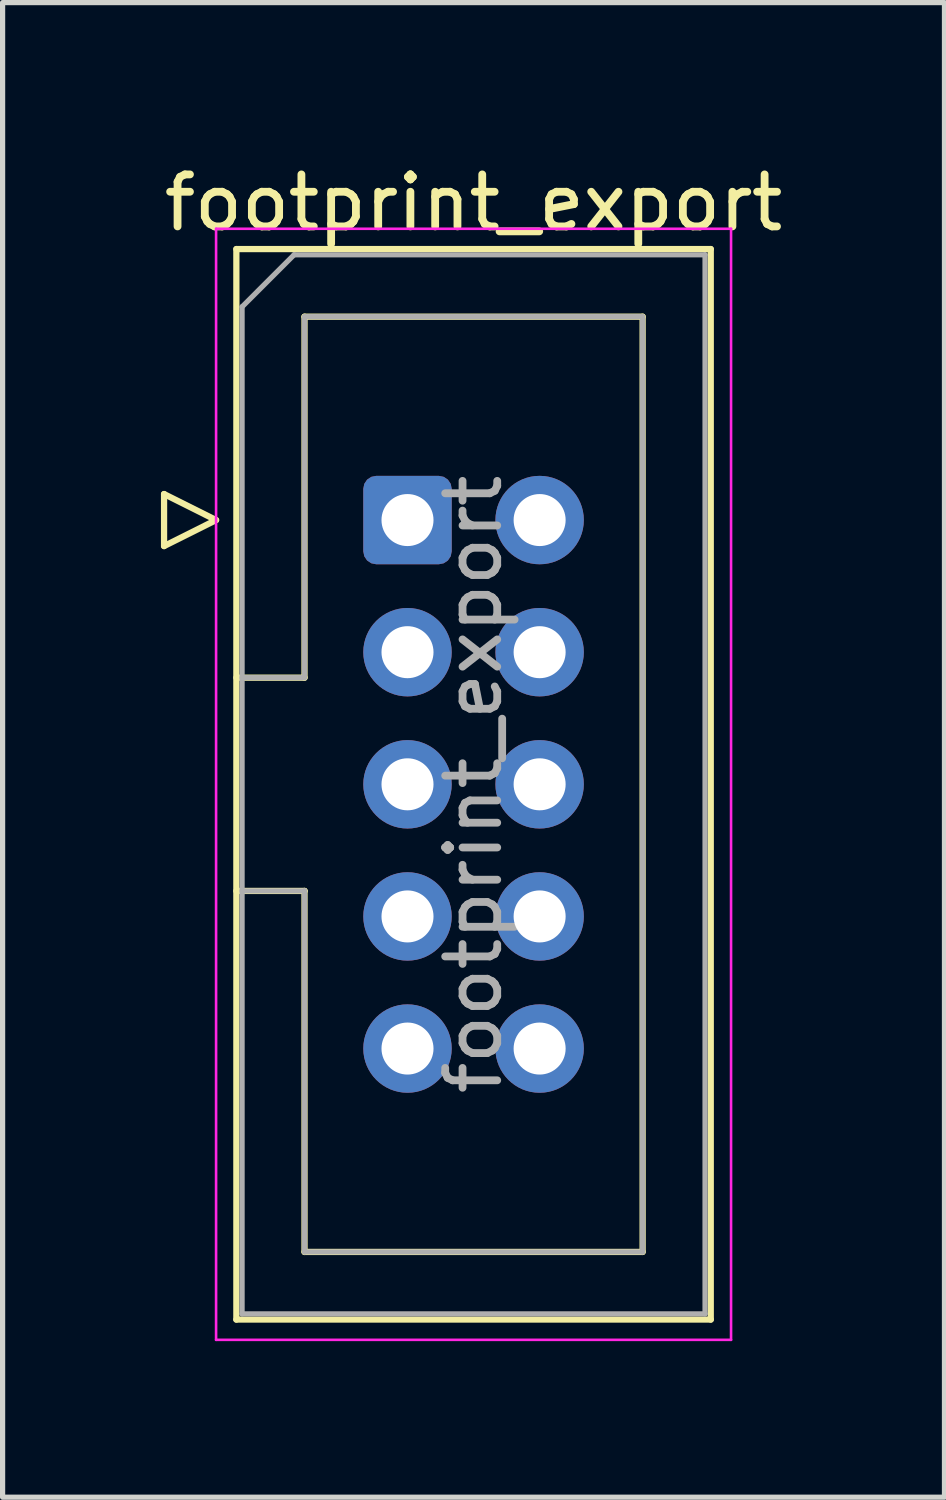
<source format=kicad_pcb>
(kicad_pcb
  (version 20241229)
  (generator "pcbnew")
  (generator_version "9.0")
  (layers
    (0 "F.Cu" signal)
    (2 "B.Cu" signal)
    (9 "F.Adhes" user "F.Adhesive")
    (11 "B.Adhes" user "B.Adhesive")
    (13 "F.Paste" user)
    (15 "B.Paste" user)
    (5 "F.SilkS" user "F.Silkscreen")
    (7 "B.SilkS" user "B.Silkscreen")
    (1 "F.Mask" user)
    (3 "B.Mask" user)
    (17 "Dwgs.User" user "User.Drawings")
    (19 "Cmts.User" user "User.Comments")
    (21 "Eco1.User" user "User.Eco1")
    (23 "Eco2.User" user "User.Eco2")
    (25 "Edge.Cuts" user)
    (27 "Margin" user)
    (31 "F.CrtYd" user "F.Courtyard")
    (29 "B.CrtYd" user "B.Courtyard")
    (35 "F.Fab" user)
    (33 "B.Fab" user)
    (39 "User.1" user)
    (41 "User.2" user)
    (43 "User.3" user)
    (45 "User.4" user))
  (footprint "footprint_export"
    (layer "F.Cu")
    (at 4.784 6.948)
    (property "Reference" "footprint_export" (at 1.27 -6.1 0) (layer "F.SilkS") (effects (font (size 1 1) (thickness 0.15))))
    (attr through_hole)
    (fp_line (start -4.68 -0.5) (end -4.68 0.5) (stroke (width 0.12) (type solid)) (layer "F.SilkS"))
    (fp_line (start -4.68 0.5) (end -3.68 0) (stroke (width 0.12) (type solid)) (layer "F.SilkS"))
    (fp_line (start -3.68 0) (end -4.68 -0.5) (stroke (width 0.12) (type solid)) (layer "F.SilkS"))
    (fp_line (start -3.29 -5.21) (end 5.83 -5.21) (stroke (width 0.12) (type solid)) (layer "F.SilkS"))
    (fp_line (start -3.29 3.03) (end -1.98 3.03) (stroke (width 0.12) (type solid)) (layer "F.SilkS"))
    (fp_line (start -3.29 15.37) (end -3.29 -5.21) (stroke (width 0.12) (type solid)) (layer "F.SilkS"))
    (fp_line (start -1.98 -3.91) (end 4.52 -3.91) (stroke (width 0.12) (type solid)) (layer "F.SilkS"))
    (fp_line (start -1.98 3.03) (end -1.98 -3.91) (stroke (width 0.12) (type solid)) (layer "F.SilkS"))
    (fp_line (start -1.98 7.13) (end -3.29 7.13) (stroke (width 0.12) (type solid)) (layer "F.SilkS"))
    (fp_line (start -1.98 7.13) (end -1.98 7.13) (stroke (width 0.12) (type solid)) (layer "F.SilkS"))
    (fp_line (start -1.98 14.07) (end -1.98 7.13) (stroke (width 0.12) (type solid)) (layer "F.SilkS"))
    (fp_line (start 4.52 -3.91) (end 4.52 14.07) (stroke (width 0.12) (type solid)) (layer "F.SilkS"))
    (fp_line (start 4.52 14.07) (end -1.98 14.07) (stroke (width 0.12) (type solid)) (layer "F.SilkS"))
    (fp_line (start 5.83 -5.21) (end 5.83 15.37) (stroke (width 0.12) (type solid)) (layer "F.SilkS"))
    (fp_line (start 5.83 15.37) (end -3.29 15.37) (stroke (width 0.12) (type solid)) (layer "F.SilkS"))
    (fp_line (start -3.68 -5.6) (end -3.68 15.76) (stroke (width 0.05) (type solid)) (layer "F.CrtYd"))
    (fp_line (start -3.68 15.76) (end 6.22 15.76) (stroke (width 0.05) (type solid)) (layer "F.CrtYd"))
    (fp_line (start 6.22 -5.6) (end -3.68 -5.6) (stroke (width 0.05) (type solid)) (layer "F.CrtYd"))
    (fp_line (start 6.22 15.76) (end 6.22 -5.6) (stroke (width 0.05) (type solid)) (layer "F.CrtYd"))
    (fp_line (start -3.18 -4.1) (end -2.18 -5.1) (stroke (width 0.1) (type solid)) (layer "F.Fab"))
    (fp_line (start -3.18 3.03) (end -1.98 3.03) (stroke (width 0.1) (type solid)) (layer "F.Fab"))
    (fp_line (start -3.18 15.26) (end -3.18 -4.1) (stroke (width 0.1) (type solid)) (layer "F.Fab"))
    (fp_line (start -2.18 -5.1) (end 5.72 -5.1) (stroke (width 0.1) (type solid)) (layer "F.Fab"))
    (fp_line (start -1.98 -3.91) (end 4.52 -3.91) (stroke (width 0.1) (type solid)) (layer "F.Fab"))
    (fp_line (start -1.98 3.03) (end -1.98 -3.91) (stroke (width 0.1) (type solid)) (layer "F.Fab"))
    (fp_line (start -1.98 7.13) (end -3.18 7.13) (stroke (width 0.1) (type solid)) (layer "F.Fab"))
    (fp_line (start -1.98 7.13) (end -1.98 7.13) (stroke (width 0.1) (type solid)) (layer "F.Fab"))
    (fp_line (start -1.98 14.07) (end -1.98 7.13) (stroke (width 0.1) (type solid)) (layer "F.Fab"))
    (fp_line (start 4.52 -3.91) (end 4.52 14.07) (stroke (width 0.1) (type solid)) (layer "F.Fab"))
    (fp_line (start 4.52 14.07) (end -1.98 14.07) (stroke (width 0.1) (type solid)) (layer "F.Fab"))
    (fp_line (start 5.72 -5.1) (end 5.72 15.26) (stroke (width 0.1) (type solid)) (layer "F.Fab"))
    (fp_line (start 5.72 15.26) (end -3.18 15.26) (stroke (width 0.1) (type solid)) (layer "F.Fab"))
    (fp_text user "${REFERENCE}" (at 1.27 5.08 90) (layer "F.Fab") (effects (font (size 1 1) (thickness 0.15))))
    (pad "1" thru_hole roundrect (at 0 0) (size 1.7 1.7) (drill 1) (layers "*.Cu" "*.Mask") (roundrect_rratio 0.147))
    (pad "2" thru_hole circle (at 2.54 0) (size 1.7 1.7) (drill 1) (layers "*.Cu" "*.Mask"))
    (pad "3" thru_hole circle (at 0 2.54) (size 1.7 1.7) (drill 1) (layers "*.Cu" "*.Mask"))
    (pad "4" thru_hole circle (at 2.54 2.54) (size 1.7 1.7) (drill 1) (layers "*.Cu" "*.Mask"))
    (pad "5" thru_hole circle (at 0 5.08) (size 1.7 1.7) (drill 1) (layers "*.Cu" "*.Mask"))
    (pad "6" thru_hole circle (at 2.54 5.08) (size 1.7 1.7) (drill 1) (layers "*.Cu" "*.Mask"))
    (pad "7" thru_hole circle (at 0 7.62) (size 1.7 1.7) (drill 1) (layers "*.Cu" "*.Mask"))
    (pad "8" thru_hole circle (at 2.54 7.62) (size 1.7 1.7) (drill 1) (layers "*.Cu" "*.Mask"))
    (pad "9" thru_hole circle (at 0 10.16) (size 1.7 1.7) (drill 1) (layers "*.Cu" "*.Mask"))
    (pad "10" thru_hole circle (at 2.54 10.16) (size 1.7 1.7) (drill 1) (layers "*.Cu" "*.Mask")))
  (gr_rect
    (start -3 -3)
    (end 15.107 25.733)
    (stroke (width 0.1) (type default))
    (fill no)
    (layer "Edge.Cuts")))
</source>
